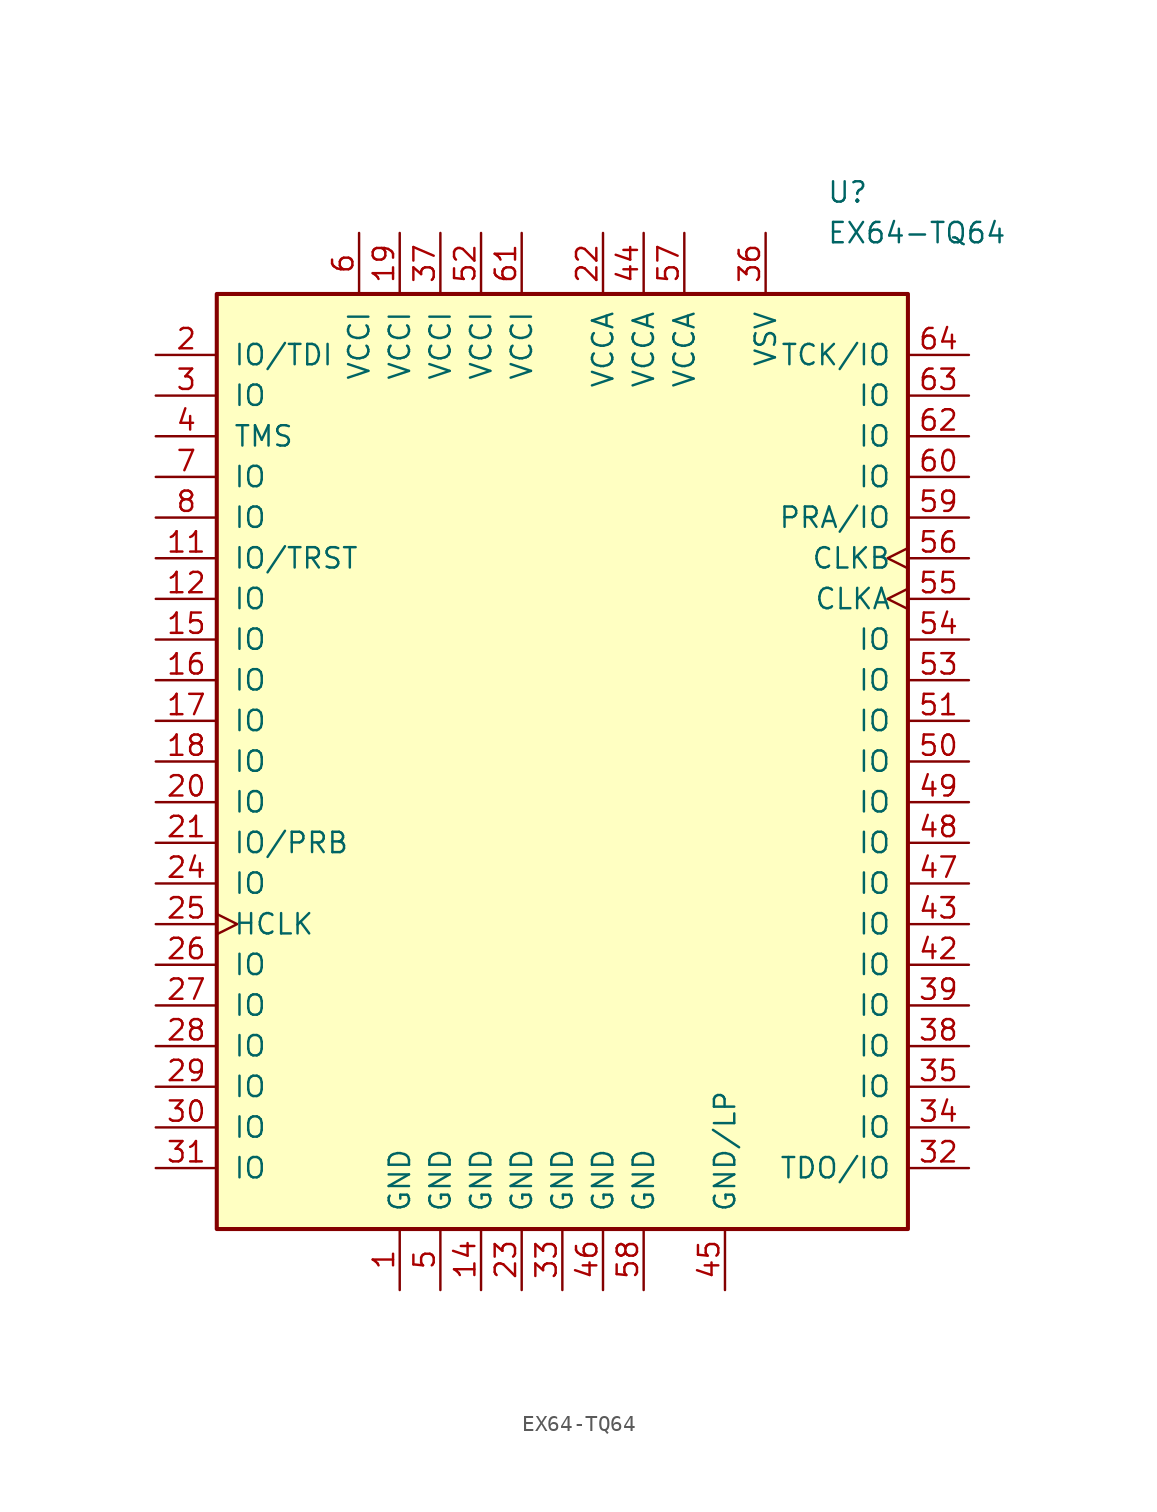
<source format=kicad_sym>
(kicad_symbol_lib
  (version 20201005)
  (generator kicad_symbol_editor)
  (symbol "EX64-TQ64"
    (pin_names
      (offset 1.016))
    (property "Reference" "U"
      (at 16.51 35.56 0)
      (effects (font (size 1.27 1.27)) (justify left)))
    (property "Value" "EX64-TQ64"
      (at 16.51 33.02 0)
      (effects (font (size 1.27 1.27)) (justify left)))
    (symbol "EX64-TQ64_0_1"
      (rectangle (start -21.59 29.21) (end 21.59 -29.21) (stroke (width 0.254)) (fill (type background))))
    (symbol "EX64-TQ64_1_1"
      (pin power_out line (at -10.16 -33.02 90) (length 3.81) (name "GND" (effects (font (size 1.27 1.27)))) (number "1" (effects (font (size 1.27 1.27)))))
      (pin bidirectional line (at -25.4 12.7 0) (length 3.81) (name "IO/TRST" (effects (font (size 1.27 1.27)))) (number "11" (effects (font (size 1.27 1.27)))))
      (pin bidirectional line (at -25.4 10.16 0) (length 3.81) (name "IO" (effects (font (size 1.27 1.27)))) (number "12" (effects (font (size 1.27 1.27)))))
      (pin power_out line (at -5.08 -33.02 90) (length 3.81) (name "GND" (effects (font (size 1.27 1.27)))) (number "14" (effects (font (size 1.27 1.27)))))
      (pin bidirectional line (at -25.4 7.62 0) (length 3.81) (name "IO" (effects (font (size 1.27 1.27)))) (number "15" (effects (font (size 1.27 1.27)))))
      (pin bidirectional line (at -25.4 5.08 0) (length 3.81) (name "IO" (effects (font (size 1.27 1.27)))) (number "16" (effects (font (size 1.27 1.27)))))
      (pin bidirectional line (at -25.4 2.54 0) (length 3.81) (name "IO" (effects (font (size 1.27 1.27)))) (number "17" (effects (font (size 1.27 1.27)))))
      (pin bidirectional line (at -25.4 0 0) (length 3.81) (name "IO" (effects (font (size 1.27 1.27)))) (number "18" (effects (font (size 1.27 1.27)))))
      (pin power_in line (at -10.16 33.02 270) (length 3.81) (name "VCCI" (effects (font (size 1.27 1.27)))) (number "19" (effects (font (size 1.27 1.27)))))
      (pin bidirectional line (at -25.4 25.4 0) (length 3.81) (name "IO/TDI" (effects (font (size 1.27 1.27)))) (number "2" (effects (font (size 1.27 1.27)))))
      (pin bidirectional line (at -25.4 -2.54 0) (length 3.81) (name "IO" (effects (font (size 1.27 1.27)))) (number "20" (effects (font (size 1.27 1.27)))))
      (pin bidirectional line (at -25.4 -5.08 0) (length 3.81) (name "IO/PRB" (effects (font (size 1.27 1.27)))) (number "21" (effects (font (size 1.27 1.27)))))
      (pin power_in line (at 2.54 33.02 270) (length 3.81) (name "VCCA" (effects (font (size 1.27 1.27)))) (number "22" (effects (font (size 1.27 1.27)))))
      (pin power_out line (at -2.54 -33.02 90) (length 3.81) (name "GND" (effects (font (size 1.27 1.27)))) (number "23" (effects (font (size 1.27 1.27)))))
      (pin bidirectional line (at -25.4 -7.62 0) (length 3.81) (name "IO" (effects (font (size 1.27 1.27)))) (number "24" (effects (font (size 1.27 1.27)))))
      (pin input clock (at -25.4 -10.16 0) (length 3.81) (name "HCLK" (effects (font (size 1.27 1.27)))) (number "25" (effects (font (size 1.27 1.27)))))
      (pin bidirectional line (at -25.4 -12.7 0) (length 3.81) (name "IO" (effects (font (size 1.27 1.27)))) (number "26" (effects (font (size 1.27 1.27)))))
      (pin bidirectional line (at -25.4 -15.24 0) (length 3.81) (name "IO" (effects (font (size 1.27 1.27)))) (number "27" (effects (font (size 1.27 1.27)))))
      (pin bidirectional line (at -25.4 -17.78 0) (length 3.81) (name "IO" (effects (font (size 1.27 1.27)))) (number "28" (effects (font (size 1.27 1.27)))))
      (pin bidirectional line (at -25.4 -20.32 0) (length 3.81) (name "IO" (effects (font (size 1.27 1.27)))) (number "29" (effects (font (size 1.27 1.27)))))
      (pin bidirectional line (at -25.4 22.86 0) (length 3.81) (name "IO" (effects (font (size 1.27 1.27)))) (number "3" (effects (font (size 1.27 1.27)))))
      (pin bidirectional line (at -25.4 -22.86 0) (length 3.81) (name "IO" (effects (font (size 1.27 1.27)))) (number "30" (effects (font (size 1.27 1.27)))))
      (pin bidirectional line (at -25.4 -25.4 0) (length 3.81) (name "IO" (effects (font (size 1.27 1.27)))) (number "31" (effects (font (size 1.27 1.27)))))
      (pin bidirectional line (at 25.4 -25.4 180) (length 3.81) (name "TDO/IO" (effects (font (size 1.27 1.27)))) (number "32" (effects (font (size 1.27 1.27)))))
      (pin power_out line (at 0 -33.02 90) (length 3.81) (name "GND" (effects (font (size 1.27 1.27)))) (number "33" (effects (font (size 1.27 1.27)))))
      (pin bidirectional line (at 25.4 -22.86 180) (length 3.81) (name "IO" (effects (font (size 1.27 1.27)))) (number "34" (effects (font (size 1.27 1.27)))))
      (pin bidirectional line (at 25.4 -20.32 180) (length 3.81) (name "IO" (effects (font (size 1.27 1.27)))) (number "35" (effects (font (size 1.27 1.27)))))
      (pin power_in line (at 12.7 33.02 270) (length 3.81) (name "VSV" (effects (font (size 1.27 1.27)))) (number "36" (effects (font (size 1.27 1.27)))))
      (pin power_in line (at -7.62 33.02 270) (length 3.81) (name "VCCI" (effects (font (size 1.27 1.27)))) (number "37" (effects (font (size 1.27 1.27)))))
      (pin bidirectional line (at 25.4 -17.78 180) (length 3.81) (name "IO" (effects (font (size 1.27 1.27)))) (number "38" (effects (font (size 1.27 1.27)))))
      (pin bidirectional line (at 25.4 -15.24 180) (length 3.81) (name "IO" (effects (font (size 1.27 1.27)))) (number "39" (effects (font (size 1.27 1.27)))))
      (pin input line (at -25.4 20.32 0) (length 3.81) (name "TMS" (effects (font (size 1.27 1.27)))) (number "4" (effects (font (size 1.27 1.27)))))
      (pin bidirectional line (at 25.4 -12.7 180) (length 3.81) (name "IO" (effects (font (size 1.27 1.27)))) (number "42" (effects (font (size 1.27 1.27)))))
      (pin bidirectional line (at 25.4 -10.16 180) (length 3.81) (name "IO" (effects (font (size 1.27 1.27)))) (number "43" (effects (font (size 1.27 1.27)))))
      (pin power_in line (at 5.08 33.02 270) (length 3.81) (name "VCCA" (effects (font (size 1.27 1.27)))) (number "44" (effects (font (size 1.27 1.27)))))
      (pin power_out line (at 10.16 -33.02 90) (length 3.81) (name "GND/LP" (effects (font (size 1.27 1.27)))) (number "45" (effects (font (size 1.27 1.27)))))
      (pin power_out line (at 2.54 -33.02 90) (length 3.81) (name "GND" (effects (font (size 1.27 1.27)))) (number "46" (effects (font (size 1.27 1.27)))))
      (pin bidirectional line (at 25.4 -7.62 180) (length 3.81) (name "IO" (effects (font (size 1.27 1.27)))) (number "47" (effects (font (size 1.27 1.27)))))
      (pin bidirectional line (at 25.4 -5.08 180) (length 3.81) (name "IO" (effects (font (size 1.27 1.27)))) (number "48" (effects (font (size 1.27 1.27)))))
      (pin bidirectional line (at 25.4 -2.54 180) (length 3.81) (name "IO" (effects (font (size 1.27 1.27)))) (number "49" (effects (font (size 1.27 1.27)))))
      (pin power_out line (at -7.62 -33.02 90) (length 3.81) (name "GND" (effects (font (size 1.27 1.27)))) (number "5" (effects (font (size 1.27 1.27)))))
      (pin bidirectional line (at 25.4 0 180) (length 3.81) (name "IO" (effects (font (size 1.27 1.27)))) (number "50" (effects (font (size 1.27 1.27)))))
      (pin bidirectional line (at 25.4 2.54 180) (length 3.81) (name "IO" (effects (font (size 1.27 1.27)))) (number "51" (effects (font (size 1.27 1.27)))))
      (pin power_in line (at -5.08 33.02 270) (length 3.81) (name "VCCI" (effects (font (size 1.27 1.27)))) (number "52" (effects (font (size 1.27 1.27)))))
      (pin bidirectional line (at 25.4 5.08 180) (length 3.81) (name "IO" (effects (font (size 1.27 1.27)))) (number "53" (effects (font (size 1.27 1.27)))))
      (pin bidirectional line (at 25.4 7.62 180) (length 3.81) (name "IO" (effects (font (size 1.27 1.27)))) (number "54" (effects (font (size 1.27 1.27)))))
      (pin input clock (at 25.4 10.16 180) (length 3.81) (name "CLKA" (effects (font (size 1.27 1.27)))) (number "55" (effects (font (size 1.27 1.27)))))
      (pin input clock (at 25.4 12.7 180) (length 3.81) (name "CLKB" (effects (font (size 1.27 1.27)))) (number "56" (effects (font (size 1.27 1.27)))))
      (pin power_in line (at 7.62 33.02 270) (length 3.81) (name "VCCA" (effects (font (size 1.27 1.27)))) (number "57" (effects (font (size 1.27 1.27)))))
      (pin power_out line (at 5.08 -33.02 90) (length 3.81) (name "GND" (effects (font (size 1.27 1.27)))) (number "58" (effects (font (size 1.27 1.27)))))
      (pin bidirectional line (at 25.4 15.24 180) (length 3.81) (name "PRA/IO" (effects (font (size 1.27 1.27)))) (number "59" (effects (font (size 1.27 1.27)))))
      (pin power_in line (at -12.7 33.02 270) (length 3.81) (name "VCCI" (effects (font (size 1.27 1.27)))) (number "6" (effects (font (size 1.27 1.27)))))
      (pin bidirectional line (at 25.4 17.78 180) (length 3.81) (name "IO" (effects (font (size 1.27 1.27)))) (number "60" (effects (font (size 1.27 1.27)))))
      (pin power_in line (at -2.54 33.02 270) (length 3.81) (name "VCCI" (effects (font (size 1.27 1.27)))) (number "61" (effects (font (size 1.27 1.27)))))
      (pin bidirectional line (at 25.4 20.32 180) (length 3.81) (name "IO" (effects (font (size 1.27 1.27)))) (number "62" (effects (font (size 1.27 1.27)))))
      (pin bidirectional line (at 25.4 22.86 180) (length 3.81) (name "IO" (effects (font (size 1.27 1.27)))) (number "63" (effects (font (size 1.27 1.27)))))
      (pin bidirectional line (at 25.4 25.4 180) (length 3.81) (name "TCK/IO" (effects (font (size 1.27 1.27)))) (number "64" (effects (font (size 1.27 1.27)))))
      (pin bidirectional line (at -25.4 17.78 0) (length 3.81) (name "IO" (effects (font (size 1.27 1.27)))) (number "7" (effects (font (size 1.27 1.27)))))
      (pin bidirectional line (at -25.4 15.24 0) (length 3.81) (name "IO" (effects (font (size 1.27 1.27)))) (number "8" (effects (font (size 1.27 1.27))))))))
</source>
